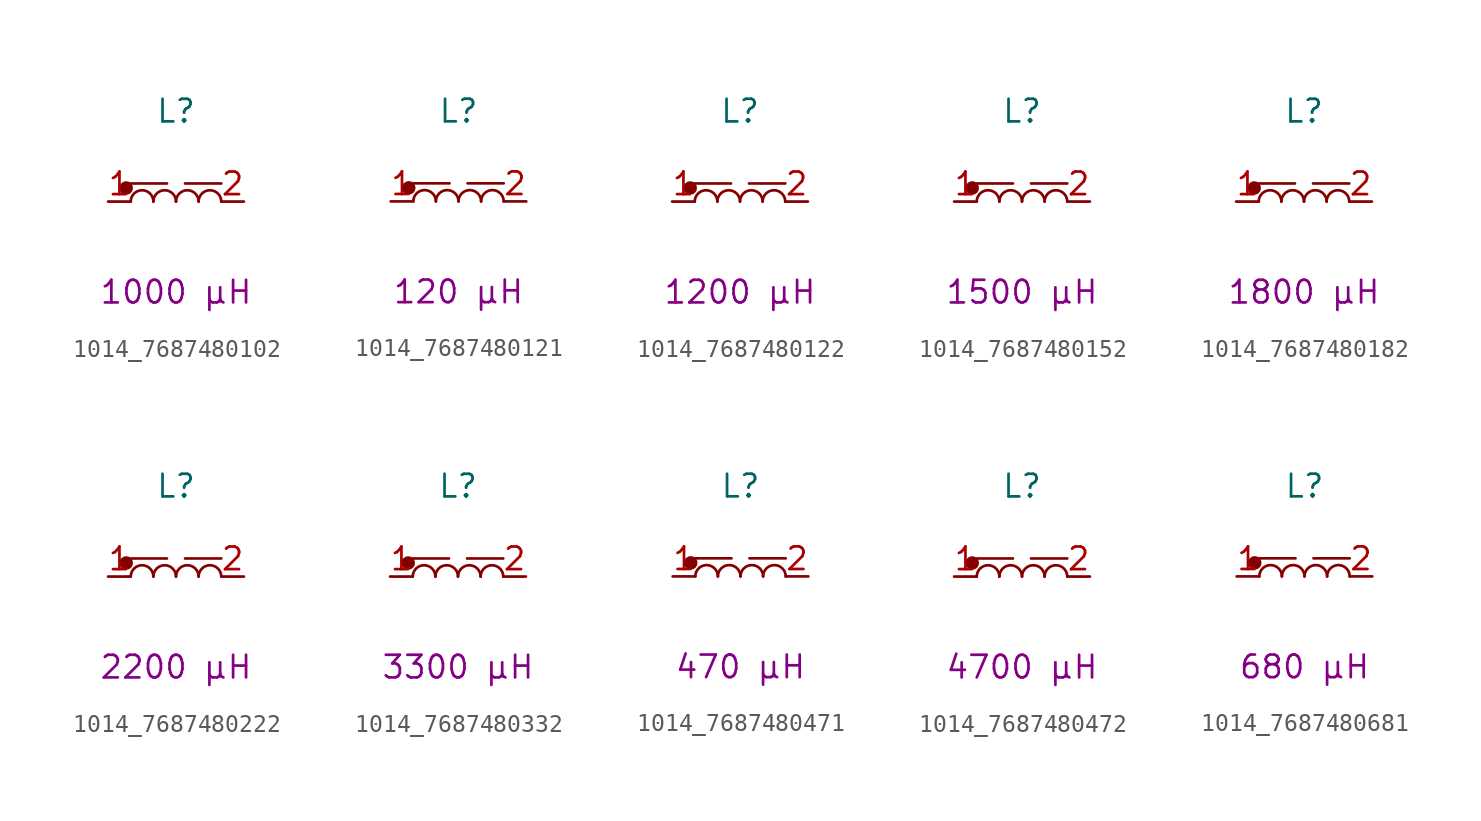
<source format=kicad_sym>
(kicad_symbol_lib
  (version 20220914)
  (generator kicad_symbol_editor)
  (symbol "1014_7687480102"
    (pin_names hide)
    (property "Reference" "L"
      (at 0 5.08 0)
      (effects (font (size 1.27 1.27))))
    (property "Critical Parameter" "1000 µH"
      (at 0 -5.08 0)
      (effects (font (size 1.27 1.27))))
    (symbol "1014_7687480102_0_1"
      (arc (start -1.27 0) (mid -1.905 0.6323) (end -2.54 0) (stroke (width 0) (type default)) (fill (type none)))
      (arc (start 0 0) (mid -0.635 0.6323) (end -1.27 0) (stroke (width 0) (type default)) (fill (type none)))
      (polyline (pts (xy -2.54 1.016) (xy -0.508 1.016)) (stroke (width 0) (type default)) (fill (type none)))
      (arc (start 1.27 0) (mid 0.635 0.6323) (end 0 0) (stroke (width 0) (type default)) (fill (type none)))
      (arc (start 2.54 0) (mid 1.905 0.6323) (end 1.27 0) (stroke (width 0) (type default)) (fill (type none))))
    (symbol "1014_7687480102_1_1"
      (circle (center -2.794 0.762) (radius 0.0001) (stroke (width 0.381) (type default)) (fill (type none)))
      (polyline (pts (xy 2.54 1.016) (xy 0.508 1.016)) (stroke (width 0) (type default)) (fill (type none)))
      (pin passive line (at -3.81 0 0) (length 1.27) (name "1" (effects (font (size 1.27 1.27)))) (number "1" (effects (font (size 1.27 1.27)))))
      (pin passive line (at 3.81 0 180) (length 1.27) (name "2" (effects (font (size 1.27 1.27)))) (number "2" (effects (font (size 1.27 1.27)))))))
  (symbol "1014_7687480121"
    (pin_names hide)
    (property "Reference" "L"
      (at 0 5.08 0)
      (effects (font (size 1.27 1.27))))
    (property "Critical Parameter" "120 µH"
      (at 0 -5.08 0)
      (effects (font (size 1.27 1.27))))
    (symbol "1014_7687480121_0_1"
      (arc (start -1.27 0) (mid -1.905 0.6323) (end -2.54 0) (stroke (width 0) (type default)) (fill (type none)))
      (arc (start 0 0) (mid -0.635 0.6323) (end -1.27 0) (stroke (width 0) (type default)) (fill (type none)))
      (polyline (pts (xy -2.54 1.016) (xy -0.508 1.016)) (stroke (width 0) (type default)) (fill (type none)))
      (arc (start 1.27 0) (mid 0.635 0.6323) (end 0 0) (stroke (width 0) (type default)) (fill (type none)))
      (arc (start 2.54 0) (mid 1.905 0.6323) (end 1.27 0) (stroke (width 0) (type default)) (fill (type none))))
    (symbol "1014_7687480121_1_1"
      (circle (center -2.794 0.762) (radius 0.0001) (stroke (width 0.381) (type default)) (fill (type none)))
      (polyline (pts (xy 2.54 1.016) (xy 0.508 1.016)) (stroke (width 0) (type default)) (fill (type none)))
      (pin passive line (at -3.81 0 0) (length 1.27) (name "1" (effects (font (size 1.27 1.27)))) (number "1" (effects (font (size 1.27 1.27)))))
      (pin passive line (at 3.81 0 180) (length 1.27) (name "2" (effects (font (size 1.27 1.27)))) (number "2" (effects (font (size 1.27 1.27)))))))
  (symbol "1014_7687480122"
    (pin_names hide)
    (property "Reference" "L"
      (at 0 5.08 0)
      (effects (font (size 1.27 1.27))))
    (property "Critical Parameter" "1200 µH"
      (at 0 -5.08 0)
      (effects (font (size 1.27 1.27))))
    (symbol "1014_7687480122_0_1"
      (arc (start -1.27 0) (mid -1.905 0.6323) (end -2.54 0) (stroke (width 0) (type default)) (fill (type none)))
      (arc (start 0 0) (mid -0.635 0.6323) (end -1.27 0) (stroke (width 0) (type default)) (fill (type none)))
      (polyline (pts (xy -2.54 1.016) (xy -0.508 1.016)) (stroke (width 0) (type default)) (fill (type none)))
      (arc (start 1.27 0) (mid 0.635 0.6323) (end 0 0) (stroke (width 0) (type default)) (fill (type none)))
      (arc (start 2.54 0) (mid 1.905 0.6323) (end 1.27 0) (stroke (width 0) (type default)) (fill (type none))))
    (symbol "1014_7687480122_1_1"
      (circle (center -2.794 0.762) (radius 0.0001) (stroke (width 0.381) (type default)) (fill (type none)))
      (polyline (pts (xy 2.54 1.016) (xy 0.508 1.016)) (stroke (width 0) (type default)) (fill (type none)))
      (pin passive line (at -3.81 0 0) (length 1.27) (name "1" (effects (font (size 1.27 1.27)))) (number "1" (effects (font (size 1.27 1.27)))))
      (pin passive line (at 3.81 0 180) (length 1.27) (name "2" (effects (font (size 1.27 1.27)))) (number "2" (effects (font (size 1.27 1.27)))))))
  (symbol "1014_7687480152"
    (pin_names hide)
    (property "Reference" "L"
      (at 0 5.08 0)
      (effects (font (size 1.27 1.27))))
    (property "Critical Parameter" "1500 µH"
      (at 0 -5.08 0)
      (effects (font (size 1.27 1.27))))
    (symbol "1014_7687480152_0_1"
      (arc (start -1.27 0) (mid -1.905 0.6323) (end -2.54 0) (stroke (width 0) (type default)) (fill (type none)))
      (arc (start 0 0) (mid -0.635 0.6323) (end -1.27 0) (stroke (width 0) (type default)) (fill (type none)))
      (polyline (pts (xy -2.54 1.016) (xy -0.508 1.016)) (stroke (width 0) (type default)) (fill (type none)))
      (arc (start 1.27 0) (mid 0.635 0.6323) (end 0 0) (stroke (width 0) (type default)) (fill (type none)))
      (arc (start 2.54 0) (mid 1.905 0.6323) (end 1.27 0) (stroke (width 0) (type default)) (fill (type none))))
    (symbol "1014_7687480152_1_1"
      (circle (center -2.794 0.762) (radius 0.0001) (stroke (width 0.381) (type default)) (fill (type none)))
      (polyline (pts (xy 2.54 1.016) (xy 0.508 1.016)) (stroke (width 0) (type default)) (fill (type none)))
      (pin passive line (at -3.81 0 0) (length 1.27) (name "1" (effects (font (size 1.27 1.27)))) (number "1" (effects (font (size 1.27 1.27)))))
      (pin passive line (at 3.81 0 180) (length 1.27) (name "2" (effects (font (size 1.27 1.27)))) (number "2" (effects (font (size 1.27 1.27)))))))
  (symbol "1014_7687480182"
    (pin_names hide)
    (property "Reference" "L"
      (at 0 5.08 0)
      (effects (font (size 1.27 1.27))))
    (property "Critical Parameter" "1800 µH"
      (at 0 -5.08 0)
      (effects (font (size 1.27 1.27))))
    (symbol "1014_7687480182_0_1"
      (arc (start -1.27 0) (mid -1.905 0.6323) (end -2.54 0) (stroke (width 0) (type default)) (fill (type none)))
      (arc (start 0 0) (mid -0.635 0.6323) (end -1.27 0) (stroke (width 0) (type default)) (fill (type none)))
      (polyline (pts (xy -2.54 1.016) (xy -0.508 1.016)) (stroke (width 0) (type default)) (fill (type none)))
      (arc (start 1.27 0) (mid 0.635 0.6323) (end 0 0) (stroke (width 0) (type default)) (fill (type none)))
      (arc (start 2.54 0) (mid 1.905 0.6323) (end 1.27 0) (stroke (width 0) (type default)) (fill (type none))))
    (symbol "1014_7687480182_1_1"
      (circle (center -2.794 0.762) (radius 0.0001) (stroke (width 0.381) (type default)) (fill (type none)))
      (polyline (pts (xy 2.54 1.016) (xy 0.508 1.016)) (stroke (width 0) (type default)) (fill (type none)))
      (pin passive line (at -3.81 0 0) (length 1.27) (name "1" (effects (font (size 1.27 1.27)))) (number "1" (effects (font (size 1.27 1.27)))))
      (pin passive line (at 3.81 0 180) (length 1.27) (name "2" (effects (font (size 1.27 1.27)))) (number "2" (effects (font (size 1.27 1.27)))))))
  (symbol "1014_7687480222"
    (pin_names hide)
    (property "Reference" "L"
      (at 0 5.08 0)
      (effects (font (size 1.27 1.27))))
    (property "Critical Parameter" "2200 µH"
      (at 0 -5.08 0)
      (effects (font (size 1.27 1.27))))
    (symbol "1014_7687480222_0_1"
      (arc (start -1.27 0) (mid -1.905 0.6323) (end -2.54 0) (stroke (width 0) (type default)) (fill (type none)))
      (arc (start 0 0) (mid -0.635 0.6323) (end -1.27 0) (stroke (width 0) (type default)) (fill (type none)))
      (polyline (pts (xy -2.54 1.016) (xy -0.508 1.016)) (stroke (width 0) (type default)) (fill (type none)))
      (arc (start 1.27 0) (mid 0.635 0.6323) (end 0 0) (stroke (width 0) (type default)) (fill (type none)))
      (arc (start 2.54 0) (mid 1.905 0.6323) (end 1.27 0) (stroke (width 0) (type default)) (fill (type none))))
    (symbol "1014_7687480222_1_1"
      (circle (center -2.794 0.762) (radius 0.0001) (stroke (width 0.381) (type default)) (fill (type none)))
      (polyline (pts (xy 2.54 1.016) (xy 0.508 1.016)) (stroke (width 0) (type default)) (fill (type none)))
      (pin passive line (at -3.81 0 0) (length 1.27) (name "1" (effects (font (size 1.27 1.27)))) (number "1" (effects (font (size 1.27 1.27)))))
      (pin passive line (at 3.81 0 180) (length 1.27) (name "2" (effects (font (size 1.27 1.27)))) (number "2" (effects (font (size 1.27 1.27)))))))
  (symbol "1014_7687480332"
    (pin_names hide)
    (property "Reference" "L"
      (at 0 5.08 0)
      (effects (font (size 1.27 1.27))))
    (property "Critical Parameter" "3300 µH"
      (at 0 -5.08 0)
      (effects (font (size 1.27 1.27))))
    (symbol "1014_7687480332_0_1"
      (arc (start -1.27 0) (mid -1.905 0.6323) (end -2.54 0) (stroke (width 0) (type default)) (fill (type none)))
      (arc (start 0 0) (mid -0.635 0.6323) (end -1.27 0) (stroke (width 0) (type default)) (fill (type none)))
      (polyline (pts (xy -2.54 1.016) (xy -0.508 1.016)) (stroke (width 0) (type default)) (fill (type none)))
      (arc (start 1.27 0) (mid 0.635 0.6323) (end 0 0) (stroke (width 0) (type default)) (fill (type none)))
      (arc (start 2.54 0) (mid 1.905 0.6323) (end 1.27 0) (stroke (width 0) (type default)) (fill (type none))))
    (symbol "1014_7687480332_1_1"
      (circle (center -2.794 0.762) (radius 0.0001) (stroke (width 0.381) (type default)) (fill (type none)))
      (polyline (pts (xy 2.54 1.016) (xy 0.508 1.016)) (stroke (width 0) (type default)) (fill (type none)))
      (pin passive line (at -3.81 0 0) (length 1.27) (name "1" (effects (font (size 1.27 1.27)))) (number "1" (effects (font (size 1.27 1.27)))))
      (pin passive line (at 3.81 0 180) (length 1.27) (name "2" (effects (font (size 1.27 1.27)))) (number "2" (effects (font (size 1.27 1.27)))))))
  (symbol "1014_7687480471"
    (pin_names hide)
    (property "Reference" "L"
      (at 0 5.08 0)
      (effects (font (size 1.27 1.27))))
    (property "Critical Parameter" "470 µH"
      (at 0 -5.08 0)
      (effects (font (size 1.27 1.27))))
    (symbol "1014_7687480471_0_1"
      (arc (start -1.27 0) (mid -1.905 0.6323) (end -2.54 0) (stroke (width 0) (type default)) (fill (type none)))
      (arc (start 0 0) (mid -0.635 0.6323) (end -1.27 0) (stroke (width 0) (type default)) (fill (type none)))
      (polyline (pts (xy -2.54 1.016) (xy -0.508 1.016)) (stroke (width 0) (type default)) (fill (type none)))
      (arc (start 1.27 0) (mid 0.635 0.6323) (end 0 0) (stroke (width 0) (type default)) (fill (type none)))
      (arc (start 2.54 0) (mid 1.905 0.6323) (end 1.27 0) (stroke (width 0) (type default)) (fill (type none))))
    (symbol "1014_7687480471_1_1"
      (circle (center -2.794 0.762) (radius 0.0001) (stroke (width 0.381) (type default)) (fill (type none)))
      (polyline (pts (xy 2.54 1.016) (xy 0.508 1.016)) (stroke (width 0) (type default)) (fill (type none)))
      (pin passive line (at -3.81 0 0) (length 1.27) (name "1" (effects (font (size 1.27 1.27)))) (number "1" (effects (font (size 1.27 1.27)))))
      (pin passive line (at 3.81 0 180) (length 1.27) (name "2" (effects (font (size 1.27 1.27)))) (number "2" (effects (font (size 1.27 1.27)))))))
  (symbol "1014_7687480472"
    (pin_names hide)
    (property "Reference" "L"
      (at 0 5.08 0)
      (effects (font (size 1.27 1.27))))
    (property "Critical Parameter" "4700 µH"
      (at 0 -5.08 0)
      (effects (font (size 1.27 1.27))))
    (symbol "1014_7687480472_0_1"
      (arc (start -1.27 0) (mid -1.905 0.6323) (end -2.54 0) (stroke (width 0) (type default)) (fill (type none)))
      (arc (start 0 0) (mid -0.635 0.6323) (end -1.27 0) (stroke (width 0) (type default)) (fill (type none)))
      (polyline (pts (xy -2.54 1.016) (xy -0.508 1.016)) (stroke (width 0) (type default)) (fill (type none)))
      (arc (start 1.27 0) (mid 0.635 0.6323) (end 0 0) (stroke (width 0) (type default)) (fill (type none)))
      (arc (start 2.54 0) (mid 1.905 0.6323) (end 1.27 0) (stroke (width 0) (type default)) (fill (type none))))
    (symbol "1014_7687480472_1_1"
      (circle (center -2.794 0.762) (radius 0.0001) (stroke (width 0.381) (type default)) (fill (type none)))
      (polyline (pts (xy 2.54 1.016) (xy 0.508 1.016)) (stroke (width 0) (type default)) (fill (type none)))
      (pin passive line (at -3.81 0 0) (length 1.27) (name "1" (effects (font (size 1.27 1.27)))) (number "1" (effects (font (size 1.27 1.27)))))
      (pin passive line (at 3.81 0 180) (length 1.27) (name "2" (effects (font (size 1.27 1.27)))) (number "2" (effects (font (size 1.27 1.27)))))))
  (symbol "1014_7687480681"
    (pin_names hide)
    (property "Reference" "L"
      (at 0 5.08 0)
      (effects (font (size 1.27 1.27))))
    (property "Critical Parameter" "680 µH"
      (at 0 -5.08 0)
      (effects (font (size 1.27 1.27))))
    (symbol "1014_7687480681_0_1"
      (arc (start -1.27 0) (mid -1.905 0.6323) (end -2.54 0) (stroke (width 0) (type default)) (fill (type none)))
      (arc (start 0 0) (mid -0.635 0.6323) (end -1.27 0) (stroke (width 0) (type default)) (fill (type none)))
      (polyline (pts (xy -2.54 1.016) (xy -0.508 1.016)) (stroke (width 0) (type default)) (fill (type none)))
      (arc (start 1.27 0) (mid 0.635 0.6323) (end 0 0) (stroke (width 0) (type default)) (fill (type none)))
      (arc (start 2.54 0) (mid 1.905 0.6323) (end 1.27 0) (stroke (width 0) (type default)) (fill (type none))))
    (symbol "1014_7687480681_1_1"
      (circle (center -2.794 0.762) (radius 0.0001) (stroke (width 0.381) (type default)) (fill (type none)))
      (polyline (pts (xy 2.54 1.016) (xy 0.508 1.016)) (stroke (width 0) (type default)) (fill (type none)))
      (pin passive line (at -3.81 0 0) (length 1.27) (name "1" (effects (font (size 1.27 1.27)))) (number "1" (effects (font (size 1.27 1.27)))))
      (pin passive line (at 3.81 0 180) (length 1.27) (name "2" (effects (font (size 1.27 1.27)))) (number "2" (effects (font (size 1.27 1.27))))))))
</source>
